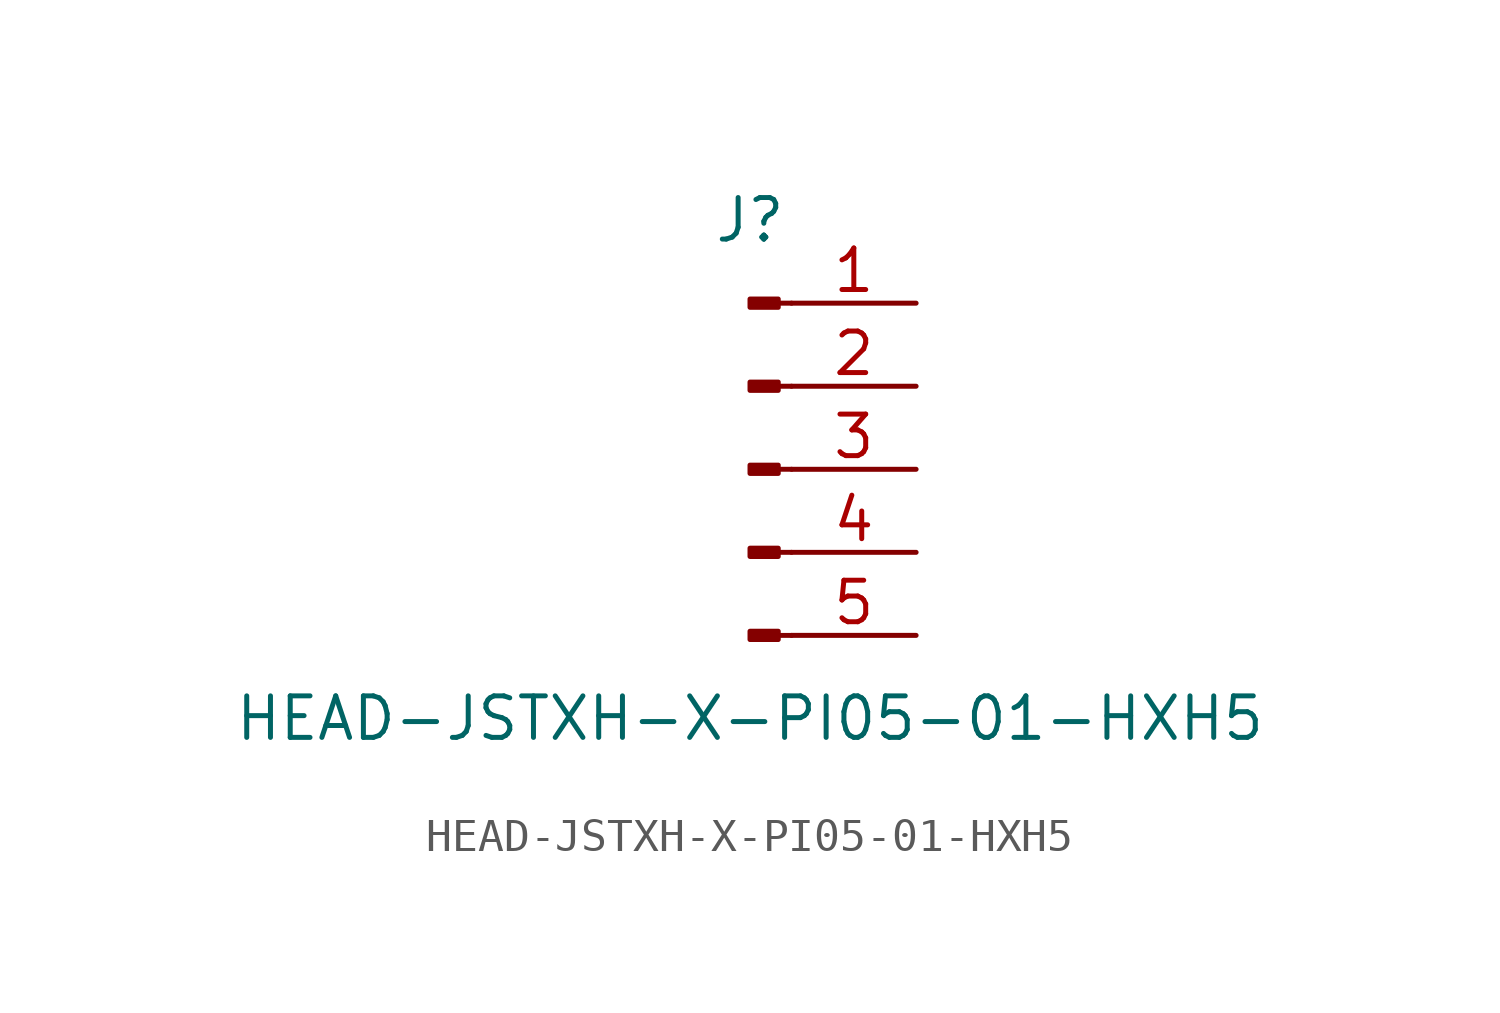
<source format=kicad_sym>
(kicad_symbol_lib
  (version 20211014)
  (generator kicad_symbol_editor)
  (symbol "HEAD-JSTXH-X-PI05-01-HXH5"
    (pin_names
      (offset 1.016) hide)
    (property "Reference" "J"
      (at 0 7.62 0)
      (effects (font (size 1.27 1.27))))
    (property "Value" "HEAD-JSTXH-X-PI05-01-HXH5"
      (at 0 -7.62 0)
      (effects (font (size 1.27 1.27))))
    (symbol "HEAD-JSTXH-X-PI05-01-HXH5_1_1"
      (polyline (pts (xy 1.27 -5.08) (xy 0.864 -5.08)) (stroke (width 0.152) (type default) (color 0 0 0 0)) (fill (type none)))
      (polyline (pts (xy 1.27 -2.54) (xy 0.864 -2.54)) (stroke (width 0.152) (type default) (color 0 0 0 0)) (fill (type none)))
      (polyline (pts (xy 1.27 0) (xy 0.864 0)) (stroke (width 0.152) (type default) (color 0 0 0 0)) (fill (type none)))
      (polyline (pts (xy 1.27 2.54) (xy 0.864 2.54)) (stroke (width 0.152) (type default) (color 0 0 0 0)) (fill (type none)))
      (polyline (pts (xy 1.27 5.08) (xy 0.864 5.08)) (stroke (width 0.152) (type default) (color 0 0 0 0)) (fill (type none)))
      (rectangle (start 0.864 -4.953) (end 0 -5.207) (stroke (width 0.152) (type default) (color 0 0 0 0)) (fill (type outline)))
      (rectangle (start 0.864 -2.413) (end 0 -2.667) (stroke (width 0.152) (type default) (color 0 0 0 0)) (fill (type outline)))
      (rectangle (start 0.864 0.127) (end 0 -0.127) (stroke (width 0.152) (type default) (color 0 0 0 0)) (fill (type outline)))
      (rectangle (start 0.864 2.667) (end 0 2.413) (stroke (width 0.152) (type default) (color 0 0 0 0)) (fill (type outline)))
      (rectangle (start 0.864 5.207) (end 0 4.953) (stroke (width 0.152) (type default) (color 0 0 0 0)) (fill (type outline)))
      (pin passive line (at 5.08 5.08 180) (length 3.81) (name "Pin_1" (effects (font (size 1.27 1.27)))) (number "1" (effects (font (size 1.27 1.27)))))
      (pin passive line (at 5.08 2.54 180) (length 3.81) (name "Pin_2" (effects (font (size 1.27 1.27)))) (number "2" (effects (font (size 1.27 1.27)))))
      (pin passive line (at 5.08 0 180) (length 3.81) (name "Pin_3" (effects (font (size 1.27 1.27)))) (number "3" (effects (font (size 1.27 1.27)))))
      (pin passive line (at 5.08 -2.54 180) (length 3.81) (name "Pin_4" (effects (font (size 1.27 1.27)))) (number "4" (effects (font (size 1.27 1.27)))))
      (pin passive line (at 5.08 -5.08 180) (length 3.81) (name "Pin_5" (effects (font (size 1.27 1.27)))) (number "5" (effects (font (size 1.27 1.27))))))))
</source>
